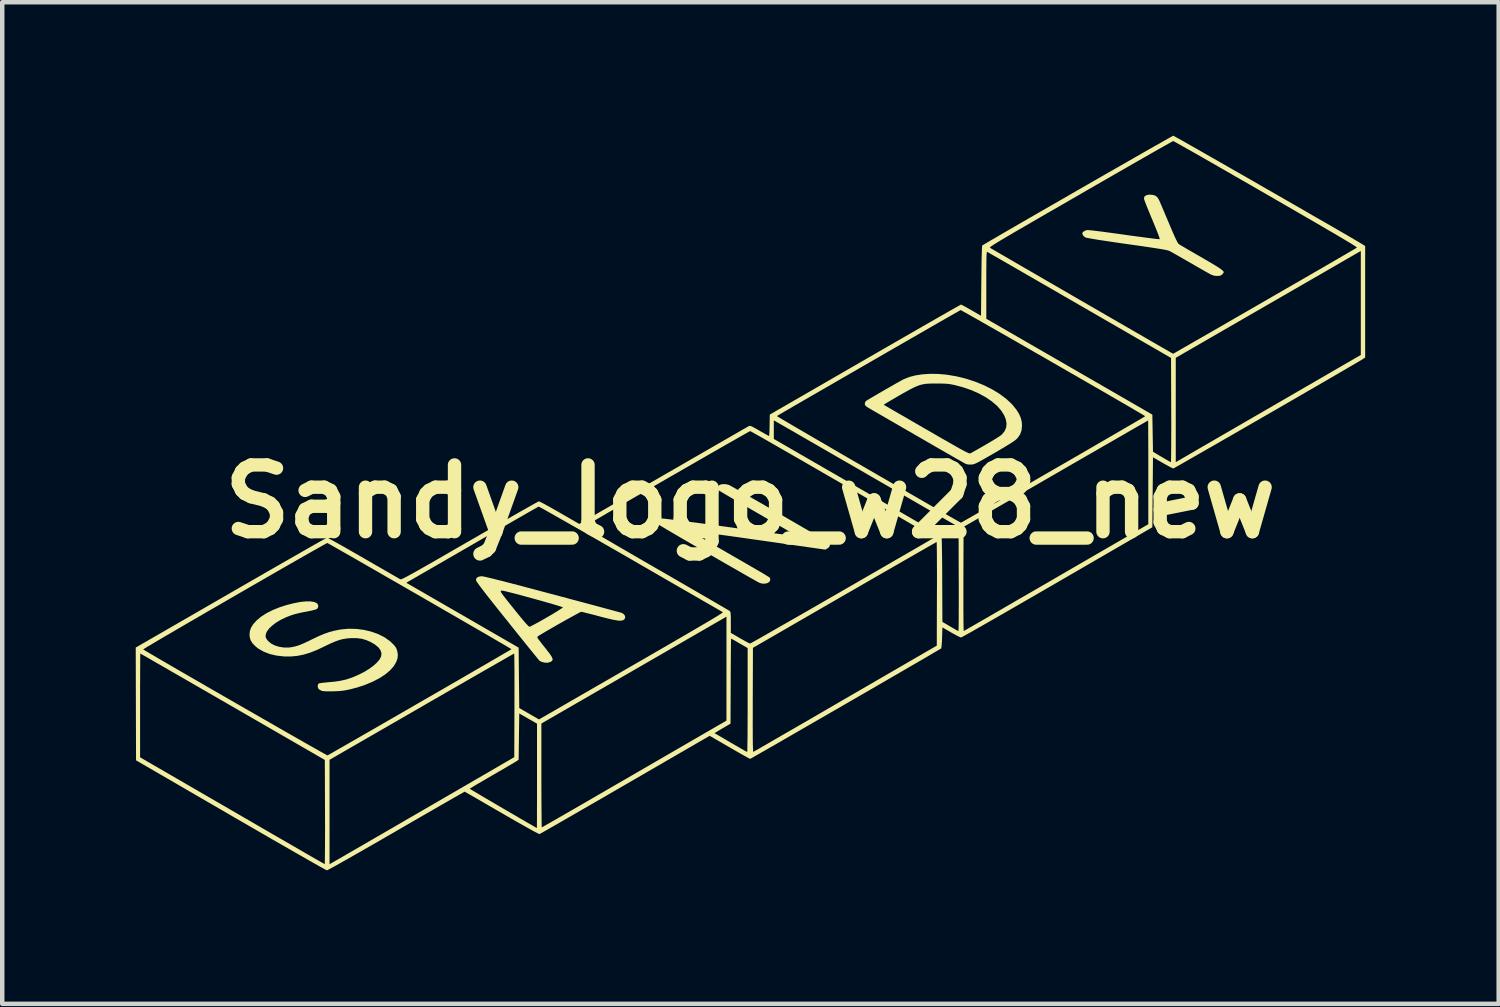
<source format=kicad_pcb>
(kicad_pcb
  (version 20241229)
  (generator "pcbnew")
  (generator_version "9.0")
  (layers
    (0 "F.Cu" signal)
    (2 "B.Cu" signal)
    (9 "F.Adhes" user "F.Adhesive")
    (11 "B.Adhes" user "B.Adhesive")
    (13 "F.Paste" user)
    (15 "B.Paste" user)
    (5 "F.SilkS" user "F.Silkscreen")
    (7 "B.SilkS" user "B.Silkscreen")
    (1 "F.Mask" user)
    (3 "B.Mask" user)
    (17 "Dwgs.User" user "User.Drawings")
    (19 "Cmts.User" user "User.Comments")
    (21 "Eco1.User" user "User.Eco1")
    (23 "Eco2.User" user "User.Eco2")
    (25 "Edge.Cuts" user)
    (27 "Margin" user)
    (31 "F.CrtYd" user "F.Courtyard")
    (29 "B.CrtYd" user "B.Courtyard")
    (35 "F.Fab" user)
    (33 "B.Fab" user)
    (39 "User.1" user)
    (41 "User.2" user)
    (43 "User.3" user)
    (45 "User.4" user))
  (footprint "Sandy_logo_w28_new"
    (layer "F.Cu")
    (at 13.806 8.219)
    (property "Reference" "Sandy_logo_w28_new" (at 0 0 0) (layer "F.SilkS") (effects (font (size 1.5 1.5) (thickness 0.3))))
    (attr board_only exclude_from_pos_files exclude_from_bom)
    (fp_poly (pts (xy 9.062 -6.887) (xy 9.118 -6.865) (xy 9.16 -6.824) (xy 9.188 -6.774) (xy 9.202 -6.744) (xy 9.225 -6.691) (xy 9.255 -6.62) (xy 9.292 -6.533) (xy 9.333 -6.436) (xy 9.378 -6.33) (xy 9.41 -6.254) (xy 9.465 -6.125) (xy 9.51 -6.02) (xy 9.547 -5.937) (xy 9.577 -5.874) (xy 9.6 -5.829) (xy 9.618 -5.8) (xy 9.632 -5.785) (xy 9.633 -5.784) (xy 9.653 -5.771) (xy 9.694 -5.746) (xy 9.754 -5.711) (xy 9.829 -5.667) (xy 9.917 -5.616) (xy 10.014 -5.56) (xy 10.118 -5.5) (xy 10.124 -5.497) (xy 10.254 -5.421) (xy 10.362 -5.358) (xy 10.449 -5.306) (xy 10.517 -5.263) (xy 10.568 -5.229) (xy 10.604 -5.201) (xy 10.627 -5.18) (xy 10.639 -5.163) (xy 10.642 -5.151) (xy 10.633 -5.133) (xy 10.61 -5.106) (xy 10.607 -5.103) (xy 10.582 -5.083) (xy 10.551 -5.072) (xy 10.506 -5.069) (xy 10.492 -5.069) (xy 10.443 -5.072) (xy 10.4 -5.082) (xy 10.351 -5.102) (xy 10.313 -5.123) (xy 10.275 -5.144) (xy 10.217 -5.176) (xy 10.144 -5.218) (xy 10.058 -5.267) (xy 9.965 -5.321) (xy 9.868 -5.377) (xy 9.851 -5.387) (xy 9.756 -5.441) (xy 9.666 -5.493) (xy 9.585 -5.539) (xy 9.516 -5.578) (xy 9.464 -5.607) (xy 9.431 -5.625) (xy 9.426 -5.628) (xy 9.409 -5.635) (xy 9.383 -5.643) (xy 9.346 -5.651) (xy 9.297 -5.661) (xy 9.233 -5.672) (xy 9.153 -5.685) (xy 9.055 -5.7) (xy 8.936 -5.718) (xy 8.795 -5.739) (xy 8.63 -5.762) (xy 8.474 -5.784) (xy 8.264 -5.814) (xy 8.081 -5.841) (xy 7.923 -5.865) (xy 7.791 -5.885) (xy 7.686 -5.903) (xy 7.607 -5.917) (xy 7.556 -5.927) (xy 7.533 -5.934) (xy 7.492 -5.965) (xy 7.471 -5.998) (xy 7.464 -6.03) (xy 7.476 -6.052) (xy 7.489 -6.064) (xy 7.526 -6.085) (xy 7.568 -6.099) (xy 7.592 -6.099) (xy 7.643 -6.095) (xy 7.718 -6.087) (xy 7.816 -6.075) (xy 7.935 -6.06) (xy 8.075 -6.041) (xy 8.232 -6.02) (xy 8.404 -5.996) (xy 8.549 -5.975) (xy 8.686 -5.957) (xy 8.813 -5.94) (xy 8.926 -5.925) (xy 9.023 -5.913) (xy 9.102 -5.903) (xy 9.16 -5.897) (xy 9.195 -5.895) (xy 9.204 -5.895) (xy 9.202 -5.91) (xy 9.19 -5.948) (xy 9.169 -6.005) (xy 9.14 -6.079) (xy 9.105 -6.166) (xy 9.065 -6.264) (xy 9.033 -6.341) (xy 8.989 -6.446) (xy 8.949 -6.543) (xy 8.914 -6.63) (xy 8.885 -6.704) (xy 8.864 -6.761) (xy 8.852 -6.797) (xy 8.849 -6.809) (xy 8.861 -6.852) (xy 8.897 -6.88) (xy 8.955 -6.894) (xy 8.987 -6.895)) (stroke (width 0) (type solid)) (fill yes) (layer "F.SilkS"))
    (fp_poly (pts (xy -9.804 2.256) (xy -9.743 2.281) (xy -9.728 2.293) (xy -9.706 2.329) (xy -9.706 2.37) (xy -9.726 2.407) (xy -9.737 2.416) (xy -9.763 2.427) (xy -9.811 2.44) (xy -9.873 2.455) (xy -9.943 2.469) (xy -9.952 2.471) (xy -10.07 2.493) (xy -10.167 2.515) (xy -10.251 2.537) (xy -10.329 2.563) (xy -10.407 2.593) (xy -10.433 2.604) (xy -10.548 2.659) (xy -10.652 2.721) (xy -10.74 2.788) (xy -10.81 2.855) (xy -10.859 2.921) (xy -10.88 2.971) (xy -10.889 3.02) (xy -10.882 3.062) (xy -10.857 3.104) (xy -10.833 3.133) (xy -10.766 3.19) (xy -10.679 3.235) (xy -10.579 3.266) (xy -10.47 3.282) (xy -10.36 3.281) (xy -10.327 3.277) (xy -10.266 3.266) (xy -10.21 3.253) (xy -10.154 3.236) (xy -10.091 3.212) (xy -10.018 3.181) (xy -9.931 3.14) (xy -9.825 3.088) (xy -9.691 3.024) (xy -9.572 2.974) (xy -9.461 2.935) (xy -9.352 2.906) (xy -9.236 2.882) (xy -9.192 2.875) (xy -9.022 2.859) (xy -8.849 2.863) (xy -8.678 2.885) (xy -8.513 2.924) (xy -8.359 2.979) (xy -8.22 3.049) (xy -8.1 3.133) (xy -8.052 3.176) (xy -8.003 3.226) (xy -7.971 3.265) (xy -7.95 3.302) (xy -7.934 3.345) (xy -7.932 3.352) (xy -7.916 3.439) (xy -7.923 3.521) (xy -7.952 3.605) (xy -8.009 3.702) (xy -8.093 3.796) (xy -8.2 3.886) (xy -8.329 3.97) (xy -8.478 4.047) (xy -8.644 4.117) (xy -8.826 4.178) (xy -8.998 4.223) (xy -9.082 4.24) (xy -9.159 4.252) (xy -9.239 4.26) (xy -9.333 4.264) (xy -9.374 4.266) (xy -9.469 4.266) (xy -9.546 4.265) (xy -9.6 4.26) (xy -9.627 4.255) (xy -9.68 4.227) (xy -9.709 4.193) (xy -9.718 4.15) (xy -9.709 4.107) (xy -9.691 4.089) (xy -9.668 4.083) (xy -9.622 4.076) (xy -9.561 4.069) (xy -9.49 4.062) (xy -9.474 4.061) (xy -9.327 4.047) (xy -9.199 4.027) (xy -9.083 4.001) (xy -8.97 3.965) (xy -8.853 3.917) (xy -8.782 3.885) (xy -8.661 3.823) (xy -8.553 3.755) (xy -8.458 3.685) (xy -8.382 3.615) (xy -8.325 3.547) (xy -8.293 3.484) (xy -8.29 3.475) (xy -8.285 3.406) (xy -8.308 3.338) (xy -8.358 3.273) (xy -8.435 3.211) (xy -8.528 3.157) (xy -8.63 3.113) (xy -8.729 3.084) (xy -8.835 3.071) (xy -8.957 3.07) (xy -8.968 3.07) (xy -9.058 3.077) (xy -9.143 3.09) (xy -9.227 3.111) (xy -9.317 3.143) (xy -9.419 3.186) (xy -9.537 3.242) (xy -9.564 3.255) (xy -9.734 3.336) (xy -9.889 3.397) (xy -10.035 3.441) (xy -10.176 3.469) (xy -10.318 3.482) (xy -10.466 3.482) (xy -10.467 3.482) (xy -10.634 3.464) (xy -10.789 3.429) (xy -10.929 3.375) (xy -11.051 3.306) (xy -11.116 3.254) (xy -11.182 3.186) (xy -11.224 3.119) (xy -11.245 3.046) (xy -11.249 2.989) (xy -11.241 2.91) (xy -11.215 2.836) (xy -11.17 2.762) (xy -11.101 2.684) (xy -11.091 2.673) (xy -10.992 2.59) (xy -10.869 2.511) (xy -10.725 2.438) (xy -10.563 2.373) (xy -10.406 2.324) (xy -10.252 2.285) (xy -10.113 2.258) (xy -9.99 2.245) (xy -9.887 2.244)) (stroke (width 0) (type solid)) (fill yes) (layer "F.SilkS"))
    (fp_poly (pts (xy -0.507 -0.381) (xy -0.465 -0.367) (xy -0.444 -0.355) (xy -0.401 -0.331) (xy -0.339 -0.296) (xy -0.258 -0.25) (xy -0.163 -0.196) (xy -0.054 -0.133) (xy 0.066 -0.064) (xy 0.196 0.01) (xy 0.332 0.088) (xy 0.472 0.17) (xy 0.616 0.252) (xy 0.76 0.335) (xy 0.902 0.417) (xy 1.04 0.497) (xy 1.172 0.574) (xy 1.296 0.645) (xy 1.41 0.711) (xy 1.511 0.77) (xy 1.598 0.821) (xy 1.667 0.862) (xy 1.718 0.892) (xy 1.748 0.91) (xy 1.755 0.914) (xy 1.786 0.949) (xy 1.792 0.988) (xy 1.773 1.027) (xy 1.736 1.055) (xy 1.687 1.081) (xy 0.201 0.869) (xy -0.000198 0.841) (xy -0.194 0.813) (xy -0.379 0.787) (xy -0.552 0.763) (xy -0.712 0.741) (xy -0.858 0.72) (xy -0.987 0.702) (xy -1.097 0.687) (xy -1.188 0.675) (xy -1.256 0.666) (xy -1.299 0.66) (xy -1.318 0.658) (xy -1.318 0.658) (xy -1.338 0.662) (xy -1.337 0.671) (xy -1.322 0.68) (xy -1.286 0.702) (xy -1.229 0.735) (xy -1.155 0.779) (xy -1.064 0.832) (xy -0.959 0.893) (xy -0.842 0.961) (xy -0.715 1.035) (xy -0.58 1.113) (xy -0.518 1.149) (xy -0.343 1.25) (xy -0.19 1.338) (xy -0.059 1.414) (xy 0.053 1.478) (xy 0.147 1.533) (xy 0.225 1.578) (xy 0.288 1.615) (xy 0.337 1.645) (xy 0.376 1.669) (xy 0.404 1.687) (xy 0.424 1.7) (xy 0.437 1.71) (xy 0.444 1.718) (xy 0.448 1.724) (xy 0.45 1.729) (xy 0.451 1.733) (xy 0.45 1.775) (xy 0.427 1.81) (xy 0.386 1.834) (xy 0.332 1.846) (xy 0.271 1.845) (xy 0.219 1.831) (xy 0.2 1.822) (xy 0.158 1.8) (xy 0.097 1.766) (xy 0.018 1.721) (xy -0.076 1.668) (xy -0.184 1.606) (xy -0.303 1.538) (xy -0.432 1.464) (xy -0.568 1.386) (xy -0.709 1.305) (xy -0.853 1.222) (xy -0.998 1.139) (xy -1.141 1.056) (xy -1.281 0.975) (xy -1.416 0.897) (xy -1.543 0.823) (xy -1.66 0.754) (xy -1.765 0.693) (xy -1.857 0.639) (xy -1.932 0.594) (xy -1.99 0.56) (xy -2.027 0.537) (xy -2.041 0.528) (xy -2.067 0.49) (xy -2.069 0.451) (xy -2.048 0.417) (xy -2.006 0.392) (xy -1.973 0.384) (xy -1.952 0.384) (xy -1.907 0.389) (xy -1.837 0.397) (xy -1.745 0.408) (xy -1.632 0.422) (xy -1.502 0.439) (xy -1.355 0.458) (xy -1.193 0.479) (xy -1.019 0.502) (xy -0.833 0.527) (xy -0.639 0.554) (xy -0.449 0.58) (xy -0.249 0.607) (xy -0.057 0.633) (xy 0.126 0.658) (xy 0.297 0.681) (xy 0.455 0.703) (xy 0.597 0.722) (xy 0.723 0.738) (xy 0.83 0.752) (xy 0.916 0.763) (xy 0.98 0.771) (xy 1.02 0.776) (xy 1.034 0.777) (xy 1.034 0.764) (xy 1.022 0.756) (xy 0.986 0.735) (xy 0.931 0.703) (xy 0.857 0.66) (xy 0.767 0.607) (xy 0.662 0.547) (xy 0.544 0.479) (xy 0.416 0.405) (xy 0.28 0.326) (xy 0.175 0.265) (xy 0.032 0.183) (xy -0.103 0.104) (xy -0.23 0.031) (xy -0.346 -0.037) (xy -0.45 -0.098) (xy -0.538 -0.15) (xy -0.61 -0.192) (xy -0.663 -0.224) (xy -0.695 -0.243) (xy -0.704 -0.25) (xy -0.724 -0.283) (xy -0.724 -0.324) (xy -0.705 -0.359) (xy -0.686 -0.374) (xy -0.635 -0.388) (xy -0.571 -0.391)) (stroke (width 0) (type solid)) (fill yes) (layer "F.SilkS"))
    (fp_poly (pts (xy -6.003 1.683) (xy -5.958 1.692) (xy -5.89 1.708) (xy -5.8 1.729) (xy -5.687 1.758) (xy -5.55 1.792) (xy -5.389 1.834) (xy -5.203 1.882) (xy -4.992 1.938) (xy -4.755 2.001) (xy -4.492 2.071) (xy -4.437 2.085) (xy -4.236 2.139) (xy -4.042 2.191) (xy -3.857 2.24) (xy -3.683 2.287) (xy -3.521 2.33) (xy -3.373 2.37) (xy -3.241 2.406) (xy -3.127 2.437) (xy -3.033 2.462) (xy -2.96 2.482) (xy -2.909 2.496) (xy -2.884 2.504) (xy -2.882 2.505) (xy -2.839 2.532) (xy -2.813 2.568) (xy -2.808 2.608) (xy -2.822 2.643) (xy -2.846 2.662) (xy -2.873 2.673) (xy -2.907 2.678) (xy -2.952 2.677) (xy -3.009 2.669) (xy -3.083 2.656) (xy -3.176 2.634) (xy -3.29 2.606) (xy -3.394 2.579) (xy -3.493 2.552) (xy -3.584 2.529) (xy -3.664 2.509) (xy -3.728 2.493) (xy -3.773 2.482) (xy -3.795 2.478) (xy -3.796 2.478) (xy -3.813 2.485) (xy -3.85 2.504) (xy -3.906 2.534) (xy -3.975 2.572) (xy -4.057 2.617) (xy -4.146 2.666) (xy -4.24 2.719) (xy -4.335 2.773) (xy -4.429 2.827) (xy -4.518 2.878) (xy -4.598 2.925) (xy -4.667 2.966) (xy -4.722 2.999) (xy -4.759 3.022) (xy -4.774 3.033) (xy -4.782 3.046) (xy -4.778 3.064) (xy -4.76 3.093) (xy -4.735 3.125) (xy -4.704 3.165) (xy -4.661 3.22) (xy -4.611 3.283) (xy -4.561 3.347) (xy -4.558 3.351) (xy -4.501 3.425) (xy -4.463 3.482) (xy -4.443 3.524) (xy -4.438 3.556) (xy -4.45 3.579) (xy -4.475 3.598) (xy -4.486 3.604) (xy -4.547 3.623) (xy -4.614 3.621) (xy -4.663 3.61) (xy -4.701 3.596) (xy -4.73 3.581) (xy -4.732 3.58) (xy -4.743 3.567) (xy -4.771 3.533) (xy -4.814 3.481) (xy -4.87 3.412) (xy -4.938 3.328) (xy -5.017 3.231) (xy -5.105 3.121) (xy -5.201 3.002) (xy -5.304 2.874) (xy -5.412 2.739) (xy -5.456 2.683) (xy -5.59 2.517) (xy -5.706 2.371) (xy -5.807 2.244) (xy -5.893 2.135) (xy -5.965 2.043) (xy -5.983 2.018) (xy -5.605 2.018) (xy -5.599 2.034) (xy -5.585 2.059) (xy -5.561 2.093) (xy -5.526 2.139) (xy -5.48 2.199) (xy -5.421 2.273) (xy -5.347 2.365) (xy -5.259 2.474) (xy -5.156 2.601) (xy -5.088 2.683) (xy -5.033 2.746) (xy -4.991 2.79) (xy -4.965 2.812) (xy -4.957 2.814) (xy -4.939 2.808) (xy -4.899 2.788) (xy -4.842 2.758) (xy -4.771 2.72) (xy -4.689 2.674) (xy -4.598 2.622) (xy -4.569 2.605) (xy -4.478 2.552) (xy -4.396 2.503) (xy -4.324 2.459) (xy -4.268 2.423) (xy -4.228 2.396) (xy -4.209 2.381) (xy -4.208 2.379) (xy -4.221 2.372) (xy -4.258 2.36) (xy -4.316 2.341) (xy -4.391 2.319) (xy -4.481 2.292) (xy -4.583 2.263) (xy -4.693 2.232) (xy -4.808 2.2) (xy -4.926 2.168) (xy -5.042 2.136) (xy -5.155 2.105) (xy -5.26 2.077) (xy -5.355 2.053) (xy -5.437 2.032) (xy -5.502 2.016) (xy -5.547 2.006) (xy -5.569 2.003) (xy -5.584 2.003) (xy -5.596 2.004) (xy -5.604 2.009) (xy -5.605 2.018) (xy -5.983 2.018) (xy -6.024 1.966) (xy -6.071 1.903) (xy -6.107 1.854) (xy -6.133 1.816) (xy -6.15 1.789) (xy -6.159 1.771) (xy -6.161 1.763) (xy -6.149 1.722) (xy -6.113 1.694) (xy -6.054 1.681) (xy -6.027 1.68)) (stroke (width 0) (type solid)) (fill yes) (layer "F.SilkS"))
    (fp_poly (pts (xy 4.229 -2.866) (xy 4.415 -2.85) (xy 4.42 -2.849) (xy 4.639 -2.812) (xy 4.854 -2.759) (xy 5.061 -2.691) (xy 5.257 -2.611) (xy 5.44 -2.519) (xy 5.607 -2.417) (xy 5.755 -2.306) (xy 5.881 -2.189) (xy 5.98 -2.068) (xy 6.041 -1.971) (xy 6.081 -1.881) (xy 6.103 -1.791) (xy 6.109 -1.707) (xy 6.099 -1.599) (xy 6.065 -1.505) (xy 6.006 -1.422) (xy 5.965 -1.384) (xy 5.937 -1.363) (xy 5.888 -1.33) (xy 5.821 -1.288) (xy 5.74 -1.238) (xy 5.648 -1.183) (xy 5.549 -1.124) (xy 5.473 -1.08) (xy 5.359 -1.015) (xy 5.267 -0.962) (xy 5.194 -0.921) (xy 5.136 -0.889) (xy 5.091 -0.866) (xy 5.056 -0.85) (xy 5.028 -0.84) (xy 5.004 -0.834) (xy 4.982 -0.831) (xy 4.964 -0.83) (xy 4.904 -0.831) (xy 4.857 -0.841) (xy 4.824 -0.856) (xy 4.799 -0.87) (xy 4.753 -0.896) (xy 4.687 -0.934) (xy 4.604 -0.981) (xy 4.506 -1.038) (xy 4.395 -1.101) (xy 4.273 -1.171) (xy 4.143 -1.246) (xy 4.006 -1.325) (xy 3.865 -1.407) (xy 3.722 -1.489) (xy 3.579 -1.572) (xy 3.438 -1.653) (xy 3.302 -1.732) (xy 3.172 -1.807) (xy 3.051 -1.877) (xy 2.941 -1.941) (xy 2.844 -1.997) (xy 2.762 -2.044) (xy 2.698 -2.082) (xy 2.653 -2.108) (xy 2.63 -2.122) (xy 2.629 -2.123) (xy 2.593 -2.151) (xy 2.581 -2.173) (xy 3.003 -2.173) (xy 3.015 -2.166) (xy 3.051 -2.145) (xy 3.106 -2.113) (xy 3.181 -2.069) (xy 3.272 -2.016) (xy 3.378 -1.955) (xy 3.498 -1.886) (xy 3.629 -1.81) (xy 3.769 -1.729) (xy 3.917 -1.643) (xy 3.963 -1.617) (xy 4.138 -1.516) (xy 4.29 -1.428) (xy 4.422 -1.353) (xy 4.534 -1.289) (xy 4.628 -1.235) (xy 4.706 -1.191) (xy 4.77 -1.156) (xy 4.821 -1.129) (xy 4.86 -1.109) (xy 4.891 -1.095) (xy 4.913 -1.086) (xy 4.929 -1.081) (xy 4.941 -1.08) (xy 4.95 -1.082) (xy 4.955 -1.084) (xy 4.977 -1.097) (xy 5.02 -1.121) (xy 5.079 -1.154) (xy 5.151 -1.195) (xy 5.233 -1.242) (xy 5.3 -1.281) (xy 5.387 -1.332) (xy 5.468 -1.38) (xy 5.54 -1.425) (xy 5.598 -1.462) (xy 5.638 -1.49) (xy 5.655 -1.503) (xy 5.717 -1.579) (xy 5.753 -1.662) (xy 5.762 -1.752) (xy 5.744 -1.849) (xy 5.71 -1.934) (xy 5.641 -2.044) (xy 5.547 -2.151) (xy 5.429 -2.251) (xy 5.291 -2.345) (xy 5.135 -2.43) (xy 4.963 -2.505) (xy 4.777 -2.569) (xy 4.581 -2.62) (xy 4.574 -2.621) (xy 4.513 -2.633) (xy 4.454 -2.642) (xy 4.391 -2.647) (xy 4.317 -2.65) (xy 4.225 -2.651) (xy 4.18 -2.651) (xy 4.087 -2.651) (xy 4.008 -2.648) (xy 3.938 -2.643) (xy 3.874 -2.632) (xy 3.812 -2.616) (xy 3.747 -2.592) (xy 3.675 -2.56) (xy 3.593 -2.518) (xy 3.496 -2.465) (xy 3.38 -2.399) (xy 3.347 -2.38) (xy 3.258 -2.328) (xy 3.178 -2.281) (xy 3.109 -2.241) (xy 3.055 -2.208) (xy 3.019 -2.185) (xy 3.003 -2.174) (xy 3.003 -2.173) (xy 2.581 -2.173) (xy 2.578 -2.179) (xy 2.576 -2.196) (xy 2.585 -2.233) (xy 2.601 -2.257) (xy 2.619 -2.269) (xy 2.658 -2.293) (xy 2.714 -2.326) (xy 2.784 -2.367) (xy 2.864 -2.414) (xy 2.951 -2.465) (xy 3.041 -2.517) (xy 3.131 -2.568) (xy 3.217 -2.617) (xy 3.295 -2.662) (xy 3.363 -2.7) (xy 3.416 -2.729) (xy 3.451 -2.748) (xy 3.452 -2.748) (xy 3.573 -2.797) (xy 3.716 -2.834) (xy 3.875 -2.858) (xy 4.048 -2.869)) (stroke (width 0) (type solid)) (fill yes) (layer "F.SilkS"))
    (fp_poly (pts (xy 9.523 -8.212) (xy 9.559 -8.192) (xy 9.617 -8.16) (xy 9.695 -8.117) (xy 9.791 -8.062) (xy 9.903 -7.998) (xy 10.031 -7.926) (xy 10.173 -7.845) (xy 10.327 -7.757) (xy 10.491 -7.663) (xy 10.665 -7.564) (xy 10.846 -7.46) (xy 11.034 -7.353) (xy 11.226 -7.243) (xy 11.421 -7.131) (xy 11.618 -7.017) (xy 11.816 -6.904) (xy 12.012 -6.791) (xy 12.205 -6.68) (xy 12.394 -6.572) (xy 12.576 -6.466) (xy 12.752 -6.365) (xy 12.919 -6.269) (xy 13.075 -6.179) (xy 13.22 -6.095) (xy 13.351 -6.019) (xy 13.467 -5.952) (xy 13.567 -5.893) (xy 13.649 -5.845) (xy 13.711 -5.808) (xy 13.753 -5.783) (xy 13.768 -5.774) (xy 13.82 -5.741) (xy 13.82 -4.488) (xy 13.82 -3.235) (xy 13.768 -3.201) (xy 13.742 -3.185) (xy 13.695 -3.157) (xy 13.627 -3.117) (xy 13.54 -3.066) (xy 13.436 -3.005) (xy 13.316 -2.935) (xy 13.181 -2.856) (xy 13.034 -2.771) (xy 12.874 -2.678) (xy 12.705 -2.58) (xy 12.528 -2.478) (xy 12.344 -2.371) (xy 12.154 -2.261) (xy 11.96 -2.149) (xy 11.764 -2.036) (xy 11.567 -1.922) (xy 11.37 -1.808) (xy 11.175 -1.696) (xy 10.984 -1.586) (xy 10.799 -1.479) (xy 10.619 -1.376) (xy 10.448 -1.277) (xy 10.286 -1.185) (xy 10.135 -1.098) (xy 9.997 -1.019) (xy 9.873 -0.948) (xy 9.765 -0.886) (xy 9.674 -0.834) (xy 9.601 -0.793) (xy 9.548 -0.763) (xy 9.517 -0.746) (xy 9.509 -0.742) (xy 9.49 -0.749) (xy 9.451 -0.768) (xy 9.397 -0.797) (xy 9.332 -0.833) (xy 9.269 -0.868) (xy 9.052 -0.994) (xy 9.045 -0.207) (xy 9.038 0.579) (xy 6.903 1.817) (xy 6.677 1.948) (xy 6.458 2.075) (xy 6.246 2.197) (xy 6.042 2.315) (xy 5.849 2.426) (xy 5.667 2.531) (xy 5.498 2.628) (xy 5.342 2.717) (xy 5.202 2.797) (xy 5.077 2.868) (xy 4.971 2.929) (xy 4.882 2.978) (xy 4.814 3.016) (xy 4.767 3.042) (xy 4.743 3.054) (xy 4.74 3.055) (xy 4.719 3.049) (xy 4.678 3.03) (xy 4.623 3.002) (xy 4.558 2.966) (xy 4.516 2.942) (xy 4.32 2.829) (xy 4.313 3.059) (xy 4.31 3.137) (xy 4.305 3.205) (xy 4.3 3.259) (xy 4.295 3.293) (xy 4.292 3.302) (xy 4.277 3.311) (xy 4.24 3.333) (xy 4.182 3.367) (xy 4.104 3.413) (xy 4.008 3.469) (xy 3.896 3.535) (xy 3.768 3.609) (xy 3.626 3.691) (xy 3.472 3.781) (xy 3.308 3.876) (xy 3.134 3.977) (xy 2.953 4.082) (xy 2.765 4.191) (xy 2.573 4.302) (xy 2.377 4.415) (xy 2.18 4.529) (xy 1.982 4.644) (xy 1.785 4.757) (xy 1.592 4.869) (xy 1.402 4.978) (xy 1.219 5.084) (xy 1.042 5.186) (xy 0.874 5.283) (xy 0.717 5.374) (xy 0.571 5.458) (xy 0.438 5.534) (xy 0.32 5.602) (xy 0.218 5.66) (xy 0.134 5.708) (xy 0.069 5.745) (xy 0.025 5.77) (xy 0.002 5.782) (xy 0.000031 5.783) (xy -0.015 5.776) (xy -0.052 5.757) (xy -0.107 5.726) (xy -0.178 5.687) (xy -0.262 5.639) (xy -0.357 5.585) (xy -0.458 5.526) (xy -0.462 5.524) (xy -0.909 5.265) (xy -2.81 6.366) (xy -3.023 6.489) (xy -3.229 6.609) (xy -3.428 6.724) (xy -3.618 6.833) (xy -3.797 6.937) (xy -3.965 7.034) (xy -4.12 7.123) (xy -4.26 7.204) (xy -4.385 7.276) (xy -4.493 7.337) (xy -4.582 7.389) (xy -4.652 7.428) (xy -4.702 7.456) (xy -4.729 7.471) (xy -4.733 7.473) (xy -4.75 7.467) (xy -4.788 7.448) (xy -4.848 7.417) (xy -4.926 7.374) (xy -5.022 7.321) (xy -5.133 7.258) (xy -5.259 7.187) (xy -5.396 7.108) (xy -5.544 7.023) (xy -5.581 7.001) (xy -5.721 6.921) (xy -5.853 6.844) (xy -5.975 6.773) (xy -6.087 6.708) (xy -6.186 6.651) (xy -6.269 6.603) (xy -6.336 6.565) (xy -6.383 6.538) (xy -6.409 6.523) (xy -6.414 6.52) (xy -6.427 6.527) (xy -6.462 6.547) (xy -6.519 6.579) (xy -6.596 6.623) (xy -6.691 6.677) (xy -6.803 6.742) (xy -6.931 6.815) (xy -7.073 6.897) (xy -7.227 6.986) (xy -7.393 7.081) (xy -7.568 7.182) (xy -7.751 7.288) (xy -7.941 7.398) (xy -7.95 7.404) (xy -8.159 7.524) (xy -8.357 7.639) (xy -8.544 7.746) (xy -8.718 7.846) (xy -8.878 7.937) (xy -9.023 8.02) (xy -9.151 8.092) (xy -9.262 8.155) (xy -9.354 8.206) (xy -9.426 8.245) (xy -9.477 8.272) (xy -9.505 8.286) (xy -9.511 8.288) (xy -9.526 8.281) (xy -9.564 8.26) (xy -9.624 8.227) (xy -9.705 8.182) (xy -9.761 8.15) (xy -9.451 8.15) (xy -9.413 8.129) (xy -9.397 8.12) (xy -9.358 8.097) (xy -9.297 8.062) (xy -9.216 8.016) (xy -9.116 7.958) (xy -8.998 7.889) (xy -8.863 7.811) (xy -8.713 7.725) (xy -8.55 7.63) (xy -8.373 7.527) (xy -8.185 7.419) (xy -7.987 7.304) (xy -7.781 7.184) (xy -7.566 7.06) (xy -7.346 6.932) (xy -7.337 6.927) (xy -6.523 6.455) (xy -6.301 6.455) (xy -6.289 6.462) (xy -6.256 6.483) (xy -6.203 6.514) (xy -6.134 6.555) (xy -6.05 6.605) (xy -5.955 6.661) (xy -5.851 6.722) (xy -5.74 6.787) (xy -5.625 6.855) (xy -5.508 6.923) (xy -5.391 6.991) (xy -5.279 7.056) (xy -5.172 7.119) (xy -5.073 7.176) (xy -4.986 7.227) (xy -4.911 7.269) (xy -4.853 7.303) (xy -4.813 7.326) (xy -4.793 7.336) (xy -4.792 7.337) (xy -4.792 7.323) (xy -4.791 7.283) (xy -4.791 7.22) (xy -4.79 7.135) (xy -4.79 7.03) (xy -4.79 6.907) (xy -4.789 6.768) (xy -4.789 6.616) (xy -4.789 6.452) (xy -4.789 6.278) (xy -4.789 6.164) (xy -4.789 6.156) (xy -4.691 6.156) (xy -4.691 6.334) (xy -4.69 6.504) (xy -4.69 6.663) (xy -4.689 6.81) (xy -4.688 6.943) (xy -4.687 7.059) (xy -4.686 7.157) (xy -4.685 7.234) (xy -4.684 7.288) (xy -4.682 7.318) (xy -4.682 7.323) (xy -4.669 7.316) (xy -4.633 7.296) (xy -4.575 7.263) (xy -4.497 7.218) (xy -4.4 7.163) (xy -4.284 7.096) (xy -4.152 7.02) (xy -4.005 6.935) (xy -3.843 6.842) (xy -3.668 6.741) (xy -3.482 6.633) (xy -3.285 6.519) (xy -3.079 6.399) (xy -2.864 6.275) (xy -2.643 6.147) (xy -2.602 6.123) (xy -1.016 5.204) (xy -0.801 5.204) (xy -0.439 5.416) (xy -0.348 5.469) (xy -0.264 5.517) (xy -0.192 5.559) (xy -0.133 5.593) (xy -0.091 5.616) (xy -0.069 5.627) (xy -0.067 5.628) (xy -0.065 5.615) (xy -0.063 5.575) (xy -0.062 5.512) (xy -0.061 5.426) (xy -0.059 5.321) (xy -0.058 5.199) (xy -0.058 5.06) (xy -0.057 5.028) (xy 0.058 5.028) (xy 0.059 5.168) (xy 0.059 5.286) (xy 0.06 5.384) (xy 0.061 5.463) (xy 0.063 5.524) (xy 0.065 5.57) (xy 0.067 5.601) (xy 0.069 5.618) (xy 0.073 5.625) (xy 0.073 5.625) (xy 0.087 5.617) (xy 0.124 5.596) (xy 0.183 5.563) (xy 0.261 5.517) (xy 0.36 5.461) (xy 0.476 5.393) (xy 0.608 5.317) (xy 0.756 5.231) (xy 0.919 5.137) (xy 1.094 5.036) (xy 1.281 4.928) (xy 1.478 4.814) (xy 1.684 4.694) (xy 1.898 4.57) (xy 2.118 4.442) (xy 2.142 4.428) (xy 4.194 3.239) (xy 4.197 2.075) (xy 4.198 1.897) (xy 4.198 1.727) (xy 4.198 1.568) (xy 4.197 1.421) (xy 4.197 1.289) (xy 4.196 1.173) (xy 4.195 1.075) (xy 4.194 0.999) (xy 4.193 0.945) (xy 4.191 0.915) (xy 4.19 0.91) (xy 4.177 0.917) (xy 4.141 0.938) (xy 4.083 0.97) (xy 4.005 1.015) (xy 3.908 1.071) (xy 3.792 1.137) (xy 3.66 1.213) (xy 3.512 1.298) (xy 3.35 1.391) (xy 3.175 1.492) (xy 2.989 1.599) (xy 2.792 1.712) (xy 2.586 1.831) (xy 2.372 1.955) (xy 2.151 2.082) (xy 2.121 2.099) (xy 0.063 3.288) (xy 0.059 4.46) (xy 0.059 4.675) (xy 0.059 4.864) (xy 0.058 5.028) (xy -0.057 5.028) (xy -0.057 4.908) (xy -0.056 4.744) (xy -0.056 4.571) (xy -0.056 4.461) (xy -0.056 3.293) (xy -0.239 3.187) (xy -0.303 3.15) (xy -0.358 3.118) (xy -0.4 3.095) (xy -0.424 3.082) (xy -0.428 3.08) (xy -0.429 3.094) (xy -0.43 3.133) (xy -0.431 3.196) (xy -0.432 3.28) (xy -0.433 3.383) (xy -0.434 3.503) (xy -0.435 3.637) (xy -0.436 3.783) (xy -0.437 3.939) (xy -0.437 4.036) (xy -0.441 4.992) (xy -0.553 5.058) (xy -0.613 5.093) (xy -0.673 5.128) (xy -0.722 5.157) (xy -0.733 5.164) (xy -0.801 5.204) (xy -1.016 5.204) (xy -0.532 4.924) (xy -0.532 3.756) (xy -0.532 2.588) (xy -0.578 2.614) (xy -0.595 2.624) (xy -0.634 2.647) (xy -0.696 2.683) (xy -0.778 2.73) (xy -0.879 2.788) (xy -0.998 2.857) (xy -1.133 2.935) (xy -1.284 3.022) (xy -1.448 3.117) (xy -1.625 3.219) (xy -1.814 3.328) (xy -2.012 3.443) (xy -2.219 3.562) (xy -2.434 3.686) (xy -2.655 3.814) (xy -2.657 3.815) (xy -4.691 4.989) (xy -4.691 6.156) (xy -4.789 6.156) (xy -4.789 4.992) (xy -4.989 4.877) (xy -5.188 4.763) (xy -5.195 5.283) (xy -5.202 5.803) (xy -5.246 5.833) (xy -5.268 5.846) (xy -5.311 5.872) (xy -5.372 5.908) (xy -5.45 5.954) (xy -5.54 6.007) (xy -5.641 6.065) (xy -5.749 6.128) (xy -5.796 6.155) (xy -5.904 6.218) (xy -6.004 6.276) (xy -6.094 6.329) (xy -6.171 6.374) (xy -6.232 6.411) (xy -6.275 6.437) (xy -6.298 6.452) (xy -6.301 6.455) (xy -6.523 6.455) (xy -5.3 5.745) (xy -5.296 4.581) (xy -5.296 4.403) (xy -5.296 4.233) (xy -5.296 4.074) (xy -5.296 3.927) (xy -5.296 3.795) (xy -5.297 3.679) (xy -5.298 3.582) (xy -5.299 3.505) (xy -5.3 3.451) (xy -5.301 3.421) (xy -5.302 3.417) (xy -5.315 3.423) (xy -5.351 3.444) (xy -5.409 3.476) (xy -5.487 3.521) (xy -5.584 3.577) (xy -5.7 3.643) (xy -5.832 3.719) (xy -5.98 3.803) (xy -6.142 3.896) (xy -6.317 3.997) (xy -6.503 4.104) (xy -6.701 4.218) (xy -6.907 4.337) (xy -7.122 4.46) (xy -7.343 4.588) (xy -7.381 4.61) (xy -9.451 5.804) (xy -9.451 6.977) (xy -9.451 8.15) (xy -9.761 8.15) (xy -9.804 8.126) (xy -9.922 8.059) (xy -10.056 7.982) (xy -10.206 7.897) (xy -10.37 7.802) (xy -10.547 7.701) (xy -10.736 7.592) (xy -10.935 7.477) (xy -11.144 7.356) (xy -11.36 7.231) (xy -11.584 7.102) (xy -11.671 7.051) (xy -13.799 5.816) (xy -13.803 4.549) (xy -13.803 4.474) (xy -13.708 4.474) (xy -13.708 4.582) (xy -13.708 5.748) (xy -11.639 6.947) (xy -11.417 7.076) (xy -11.201 7.201) (xy -10.994 7.321) (xy -10.795 7.437) (xy -10.606 7.546) (xy -10.429 7.648) (xy -10.265 7.743) (xy -10.115 7.83) (xy -9.98 7.908) (xy -9.862 7.976) (xy -9.761 8.034) (xy -9.679 8.081) (xy -9.618 8.116) (xy -9.578 8.138) (xy -9.561 8.148) (xy -9.56 8.148) (xy -9.558 8.135) (xy -9.557 8.095) (xy -9.556 8.032) (xy -9.555 7.947) (xy -9.554 7.842) (xy -9.553 7.719) (xy -9.553 7.58) (xy -9.552 7.428) (xy -9.552 7.264) (xy -9.553 7.091) (xy -9.553 6.978) (xy -9.557 5.807) (xy -11.627 4.612) (xy -11.849 4.484) (xy -12.065 4.359) (xy -12.273 4.239) (xy -12.471 4.125) (xy -12.66 4.016) (xy -12.837 3.914) (xy -13.001 3.82) (xy -13.151 3.733) (xy -13.285 3.656) (xy -13.404 3.588) (xy -13.504 3.53) (xy -13.585 3.483) (xy -13.646 3.449) (xy -13.686 3.426) (xy -13.702 3.417) (xy -13.703 3.417) (xy -13.704 3.43) (xy -13.704 3.47) (xy -13.705 3.533) (xy -13.706 3.619) (xy -13.706 3.724) (xy -13.707 3.847) (xy -13.707 3.985) (xy -13.708 4.137) (xy -13.708 4.301) (xy -13.708 4.474) (xy -13.803 4.474) (xy -13.806 3.324) (xy -13.638 3.324) (xy -13.623 3.333) (xy -13.586 3.356) (xy -13.528 3.39) (xy -13.45 3.436) (xy -13.354 3.492) (xy -13.242 3.558) (xy -13.114 3.632) (xy -12.973 3.714) (xy -12.82 3.803) (xy -12.657 3.897) (xy -12.484 3.997) (xy -12.304 4.101) (xy -12.119 4.208) (xy -11.929 4.317) (xy -11.736 4.428) (xy -11.541 4.54) (xy -11.347 4.652) (xy -11.155 4.762) (xy -10.966 4.871) (xy -10.782 4.976) (xy -10.604 5.078) (xy -10.434 5.176) (xy -10.273 5.268) (xy -10.123 5.353) (xy -9.985 5.432) (xy -9.862 5.502) (xy -9.753 5.563) (xy -9.662 5.615) (xy -9.589 5.656) (xy -9.536 5.685) (xy -9.505 5.702) (xy -9.497 5.705) (xy -9.483 5.698) (xy -9.446 5.677) (xy -9.387 5.644) (xy -9.308 5.598) (xy -9.21 5.542) (xy -9.094 5.476) (xy -8.961 5.399) (xy -8.812 5.314) (xy -8.65 5.22) (xy -8.474 5.12) (xy -8.287 5.012) (xy -8.09 4.898) (xy -7.883 4.779) (xy -7.669 4.655) (xy -7.448 4.528) (xy -7.421 4.512) (xy -7.2 4.385) (xy -6.985 4.261) (xy -6.778 4.141) (xy -6.58 4.027) (xy -6.392 3.918) (xy -6.217 3.816) (xy -6.054 3.722) (xy -5.905 3.636) (xy -5.772 3.558) (xy -5.655 3.49) (xy -5.556 3.432) (xy -5.476 3.386) (xy -5.416 3.351) (xy -5.379 3.328) (xy -5.363 3.319) (xy -5.363 3.319) (xy -5.375 3.311) (xy -5.41 3.29) (xy -5.466 3.257) (xy -5.541 3.212) (xy -5.635 3.158) (xy -5.746 3.093) (xy -5.871 3.02) (xy -6.011 2.939) (xy -6.162 2.852) (xy -6.324 2.758) (xy -6.495 2.659) (xy -6.674 2.555) (xy -6.859 2.449) (xy -7.048 2.339) (xy -7.241 2.228) (xy -7.435 2.116) (xy -7.628 2.005) (xy -7.821 1.894) (xy -7.938 1.826) (xy -7.727 1.826) (xy -7.55 1.928) (xy -7.511 1.951) (xy -7.45 1.986) (xy -7.369 2.032) (xy -7.27 2.09) (xy -7.155 2.156) (xy -7.026 2.23) (xy -6.886 2.311) (xy -6.737 2.397) (xy -6.58 2.488) (xy -6.417 2.581) (xy -6.287 2.657) (xy -5.202 3.284) (xy -5.195 3.962) (xy -5.188 4.641) (xy -4.966 4.769) (xy -4.744 4.897) (xy -4.51 4.762) (xy -4.471 4.74) (xy -4.409 4.704) (xy -4.326 4.656) (xy -4.224 4.597) (xy -4.103 4.527) (xy -3.966 4.448) (xy -3.814 4.36) (xy -3.648 4.265) (xy -3.471 4.162) (xy -3.283 4.054) (xy -3.086 3.941) (xy -2.883 3.823) (xy -2.673 3.702) (xy -2.46 3.579) (xy -2.433 3.564) (xy -2.176 3.415) (xy -1.941 3.279) (xy -1.729 3.156) (xy -1.539 3.046) (xy -1.369 2.947) (xy -1.22 2.86) (xy -1.089 2.783) (xy -0.976 2.717) (xy -0.88 2.66) (xy -0.801 2.612) (xy -0.736 2.573) (xy -0.687 2.542) (xy -0.65 2.518) (xy -0.627 2.501) (xy -0.615 2.491) (xy -0.614 2.487) (xy -0.628 2.478) (xy -0.666 2.457) (xy -0.725 2.423) (xy -0.804 2.377) (xy -0.903 2.32) (xy -1.02 2.253) (xy -1.153 2.176) (xy -1.302 2.09) (xy -1.465 1.996) (xy -1.641 1.895) (xy -1.828 1.787) (xy -2.025 1.673) (xy -2.232 1.553) (xy -2.446 1.43) (xy -2.667 1.302) (xy -2.685 1.292) (xy -2.906 1.164) (xy -3.121 1.041) (xy -3.328 0.922) (xy -3.526 0.808) (xy -3.714 0.7) (xy -3.89 0.599) (xy -3.972 0.553) (xy -3.708 0.553) (xy -3.706 0.558) (xy -3.694 0.569) (xy -3.671 0.585) (xy -3.635 0.609) (xy -3.587 0.639) (xy -3.525 0.677) (xy -3.447 0.724) (xy -3.353 0.78) (xy -3.242 0.845) (xy -3.113 0.92) (xy -2.965 1.007) (xy -2.797 1.104) (xy -2.608 1.214) (xy -2.397 1.336) (xy -2.162 1.472) (xy -2.105 1.505) (xy -1.908 1.618) (xy -1.717 1.728) (xy -1.535 1.834) (xy -1.362 1.934) (xy -1.2 2.028) (xy -1.05 2.115) (xy -0.913 2.194) (xy -0.792 2.265) (xy -0.687 2.326) (xy -0.6 2.377) (xy -0.533 2.416) (xy -0.486 2.444) (xy -0.462 2.459) (xy -0.459 2.461) (xy -0.449 2.472) (xy -0.443 2.489) (xy -0.438 2.517) (xy -0.436 2.56) (xy -0.434 2.621) (xy -0.434 2.706) (xy -0.434 2.717) (xy -0.434 2.952) (xy -0.228 3.072) (xy -0.158 3.111) (xy -0.097 3.145) (xy -0.047 3.172) (xy -0.014 3.188) (xy -0.002 3.192) (xy 0.012 3.185) (xy 0.049 3.165) (xy 0.108 3.132) (xy 0.187 3.088) (xy 0.285 3.032) (xy 0.401 2.966) (xy 0.534 2.89) (xy 0.682 2.805) (xy 0.845 2.712) (xy 1.02 2.612) (xy 1.207 2.505) (xy 1.405 2.391) (xy 1.611 2.272) (xy 1.825 2.149) (xy 2.046 2.022) (xy 2.07 2.008) (xy 2.292 1.88) (xy 2.507 1.756) (xy 2.714 1.636) (xy 2.912 1.522) (xy 3.1 1.413) (xy 3.276 1.311) (xy 3.439 1.217) (xy 3.589 1.13) (xy 3.723 1.053) (xy 3.84 0.985) (xy 3.94 0.927) (xy 4.02 0.88) (xy 4.08 0.845) (xy 4.119 0.822) (xy 4.135 0.813) (xy 4.135 0.813) (xy 4.124 0.805) (xy 4.09 0.784) (xy 4.036 0.751) (xy 3.961 0.706) (xy 3.868 0.652) (xy 3.759 0.587) (xy 3.634 0.514) (xy 3.495 0.433) (xy 3.345 0.345) (xy 3.184 0.251) (xy 3.013 0.152) (xy 2.835 0.048) (xy 2.651 -0.059) (xy 2.462 -0.168) (xy 2.27 -0.28) (xy 2.077 -0.392) (xy 1.883 -0.504) (xy 1.691 -0.615) (xy 1.502 -0.724) (xy 1.317 -0.831) (xy 1.139 -0.934) (xy 0.967 -1.033) (xy 0.805 -1.126) (xy 0.653 -1.213) (xy 0.514 -1.293) (xy 0.388 -1.365) (xy 0.276 -1.429) (xy 0.182 -1.482) (xy 0.105 -1.525) (xy 0.049 -1.557) (xy 0.013 -1.576) (xy -0.00019 -1.582) (xy -0.014 -1.575) (xy -0.05 -1.555) (xy -0.107 -1.523) (xy -0.184 -1.48) (xy -0.278 -1.426) (xy -0.388 -1.363) (xy -0.514 -1.292) (xy -0.652 -1.213) (xy -0.801 -1.127) (xy -0.96 -1.036) (xy -1.127 -0.94) (xy -1.301 -0.84) (xy -1.48 -0.737) (xy -1.662 -0.632) (xy -1.846 -0.527) (xy -2.029 -0.421) (xy -2.212 -0.316) (xy -2.391 -0.212) (xy -2.565 -0.112) (xy -2.733 -0.015) (xy -2.893 0.078) (xy -3.043 0.165) (xy -3.183 0.245) (xy -3.309 0.319) (xy -3.421 0.384) (xy -3.517 0.44) (xy -3.595 0.485) (xy -3.654 0.52) (xy -3.692 0.543) (xy -3.708 0.553) (xy -3.708 0.553) (xy -3.972 0.553) (xy -4.054 0.506) (xy -4.204 0.421) (xy -4.338 0.345) (xy -4.456 0.278) (xy -4.555 0.222) (xy -4.636 0.176) (xy -4.697 0.143) (xy -4.736 0.122) (xy -4.752 0.115) (xy -4.752 0.115) (xy -4.766 0.122) (xy -4.803 0.143) (xy -4.862 0.176) (xy -4.94 0.22) (xy -5.036 0.275) (xy -5.149 0.34) (xy -5.277 0.413) (xy -5.419 0.495) (xy -5.574 0.583) (xy -5.739 0.679) (xy -5.914 0.779) (xy -6.096 0.884) (xy -6.249 0.973) (xy -7.727 1.826) (xy -7.938 1.826) (xy -8.01 1.785) (xy -8.195 1.679) (xy -8.373 1.576) (xy -8.544 1.478) (xy -8.706 1.385) (xy -8.857 1.298) (xy -8.996 1.218) (xy -9.122 1.147) (xy -9.232 1.084) (xy -9.325 1.031) (xy -9.4 0.988) (xy -9.456 0.957) (xy -9.49 0.938) (xy -9.501 0.933) (xy -9.515 0.939) (xy -9.553 0.959) (xy -9.611 0.991) (xy -9.688 1.035) (xy -9.784 1.089) (xy -9.896 1.152) (xy -10.023 1.224) (xy -10.164 1.305) (xy -10.316 1.392) (xy -10.479 1.485) (xy -10.651 1.584) (xy -10.83 1.687) (xy -11.015 1.794) (xy -11.205 1.903) (xy -11.397 2.014) (xy -11.591 2.126) (xy -11.784 2.238) (xy -11.976 2.349) (xy -12.165 2.458) (xy -12.349 2.565) (xy -12.527 2.668) (xy -12.697 2.767) (xy -12.857 2.86) (xy -13.007 2.948) (xy -13.145 3.028) (xy -13.269 3.101) (xy -13.377 3.165) (xy -13.469 3.22) (xy -13.543 3.263) (xy -13.596 3.296) (xy -13.628 3.316) (xy -13.638 3.324) (xy -13.806 3.324) (xy -13.806 3.282) (xy -11.666 2.047) (xy -11.44 1.917) (xy -11.22 1.79) (xy -11.008 1.668) (xy -10.805 1.551) (xy -10.612 1.44) (xy -10.43 1.336) (xy -10.261 1.239) (xy -10.105 1.15) (xy -9.965 1.07) (xy -9.841 0.999) (xy -9.734 0.939) (xy -9.646 0.889) (xy -9.578 0.852) (xy -9.532 0.826) (xy -9.508 0.813) (xy -9.505 0.812) (xy -9.489 0.819) (xy -9.451 0.839) (xy -9.393 0.87) (xy -9.318 0.912) (xy -9.226 0.964) (xy -9.12 1.023) (xy -9.003 1.09) (xy -8.876 1.163) (xy -8.741 1.24) (xy -8.686 1.272) (xy -8.549 1.351) (xy -8.418 1.427) (xy -8.296 1.497) (xy -8.185 1.561) (xy -8.086 1.618) (xy -8.003 1.666) (xy -7.937 1.704) (xy -7.89 1.731) (xy -7.864 1.746) (xy -7.86 1.748) (xy -7.854 1.749) (xy -7.843 1.747) (xy -7.827 1.742) (xy -7.804 1.732) (xy -7.774 1.717) (xy -7.734 1.697) (xy -7.683 1.67) (xy -7.621 1.636) (xy -7.546 1.595) (xy -7.457 1.545) (xy -7.353 1.485) (xy -7.231 1.416) (xy -7.092 1.337) (xy -6.934 1.246) (xy -6.756 1.143) (xy -6.556 1.028) (xy -6.333 0.899) (xy -6.301 0.881) (xy -6.11 0.771) (xy -5.926 0.665) (xy -5.749 0.563) (xy -5.582 0.467) (xy -5.426 0.378) (xy -5.283 0.296) (xy -5.153 0.222) (xy -5.038 0.157) (xy -4.941 0.102) (xy -4.861 0.057) (xy -4.802 0.024) (xy -4.763 0.004) (xy -4.748 -0.004) (xy -4.748 -0.004) (xy -4.73 0.003) (xy -4.692 0.022) (xy -4.635 0.051) (xy -4.562 0.091) (xy -4.477 0.138) (xy -4.382 0.192) (xy -4.282 0.249) (xy -3.84 0.504) (xy -1.959 -0.583) (xy -1.746 -0.705) (xy -1.54 -0.824) (xy -1.342 -0.939) (xy -1.152 -1.048) (xy -0.973 -1.151) (xy -0.805 -1.248) (xy -0.65 -1.337) (xy -0.51 -1.418) (xy -0.385 -1.49) (xy -0.277 -1.552) (xy -0.187 -1.604) (xy -0.117 -1.644) (xy -0.068 -1.672) (xy -0.041 -1.687) (xy -0.037 -1.69) (xy -0.022 -1.697) (xy -0.006 -1.7) (xy 0.013 -1.696) (xy 0.04 -1.685) (xy 0.079 -1.665) (xy 0.134 -1.635) (xy 0.21 -1.591) (xy 0.211 -1.59) (xy 0.28 -1.551) (xy 0.34 -1.517) (xy 0.387 -1.491) (xy 0.417 -1.475) (xy 0.426 -1.47) (xy 0.429 -1.483) (xy 0.431 -1.52) (xy 0.434 -1.576) (xy 0.436 -1.646) (xy 0.437 -1.712) (xy 0.439 -1.823) (xy 0.532 -1.823) (xy 0.532 -1.614) (xy 0.532 -1.406) (xy 2.408 -0.323) (xy 2.62 -0.201) (xy 2.825 -0.082) (xy 3.022 0.032) (xy 3.21 0.141) (xy 3.388 0.244) (xy 3.553 0.34) (xy 3.706 0.428) (xy 3.844 0.509) (xy 3.966 0.58) (xy 4.072 0.642) (xy 4.159 0.693) (xy 4.226 0.732) (xy 4.272 0.76) (xy 4.295 0.775) (xy 4.298 0.777) (xy 4.301 0.795) (xy 4.304 0.84) (xy 4.307 0.912) (xy 4.309 1.01) (xy 4.311 1.133) (xy 4.313 1.282) (xy 4.315 1.454) (xy 4.316 1.65) (xy 4.316 1.749) (xy 4.32 2.705) (xy 4.495 2.808) (xy 4.558 2.845) (xy 4.612 2.876) (xy 4.653 2.899) (xy 4.677 2.911) (xy 4.68 2.912) (xy 4.682 2.898) (xy 4.683 2.859) (xy 4.685 2.795) (xy 4.686 2.71) (xy 4.687 2.605) (xy 4.687 2.482) (xy 4.688 2.344) (xy 4.688 2.191) (xy 4.688 2.125) (xy 4.792 2.125) (xy 4.792 2.294) (xy 4.792 2.446) (xy 4.793 2.579) (xy 4.794 2.691) (xy 4.795 2.782) (xy 4.797 2.85) (xy 4.799 2.893) (xy 4.801 2.91) (xy 4.801 2.91) (xy 4.815 2.903) (xy 4.851 2.882) (xy 4.909 2.849) (xy 4.987 2.803) (xy 5.085 2.747) (xy 5.201 2.68) (xy 5.333 2.604) (xy 5.481 2.518) (xy 5.643 2.425) (xy 5.818 2.323) (xy 6.004 2.215) (xy 6.202 2.101) (xy 6.408 1.982) (xy 6.622 1.858) (xy 6.843 1.73) (xy 6.88 1.708) (xy 8.947 0.511) (xy 8.947 -0.655) (xy 8.947 -0.833) (xy 8.947 -1.002) (xy 8.947 -1.162) (xy 8.946 -1.309) (xy 8.946 -1.441) (xy 8.945 -1.557) (xy 8.945 -1.655) (xy 8.944 -1.732) (xy 8.944 -1.786) (xy 8.943 -1.815) (xy 8.942 -1.82) (xy 8.93 -1.813) (xy 8.894 -1.793) (xy 8.837 -1.76) (xy 8.759 -1.716) (xy 8.662 -1.66) (xy 8.547 -1.594) (xy 8.416 -1.518) (xy 8.268 -1.433) (xy 8.107 -1.34) (xy 7.932 -1.24) (xy 7.746 -1.132) (xy 7.549 -1.019) (xy 7.342 -0.9) (xy 7.128 -0.776) (xy 6.907 -0.648) (xy 6.867 -0.625) (xy 4.796 0.57) (xy 4.792 1.743) (xy 4.792 1.941) (xy 4.792 2.125) (xy 4.688 2.125) (xy 4.688 2.027) (xy 4.688 1.854) (xy 4.687 1.742) (xy 4.684 0.572) (xy 2.695 -0.576) (xy 2.476 -0.703) (xy 2.263 -0.826) (xy 2.056 -0.945) (xy 1.858 -1.059) (xy 1.67 -1.168) (xy 1.493 -1.27) (xy 1.328 -1.365) (xy 1.177 -1.452) (xy 1.041 -1.531) (xy 0.922 -1.6) (xy 0.82 -1.658) (xy 0.737 -1.706) (xy 0.675 -1.741) (xy 0.635 -1.765) (xy 0.62 -1.773) (xy 0.532 -1.823) (xy 0.439 -1.823) (xy 0.441 -1.92) (xy 0.6 -1.92) (xy 0.611 -1.913) (xy 0.645 -1.892) (xy 0.7 -1.859) (xy 0.775 -1.815) (xy 0.868 -1.76) (xy 0.977 -1.696) (xy 1.102 -1.623) (xy 1.241 -1.542) (xy 1.392 -1.454) (xy 1.553 -1.36) (xy 1.724 -1.261) (xy 1.902 -1.157) (xy 2.086 -1.05) (xy 2.275 -0.94) (xy 2.467 -0.829) (xy 2.66 -0.717) (xy 2.854 -0.605) (xy 3.046 -0.494) (xy 3.235 -0.384) (xy 3.42 -0.278) (xy 3.599 -0.174) (xy 3.77 -0.076) (xy 3.932 0.018) (xy 4.084 0.105) (xy 4.223 0.185) (xy 4.35 0.257) (xy 4.461 0.321) (xy 4.555 0.375) (xy 4.631 0.418) (xy 4.688 0.45) (xy 4.724 0.469) (xy 4.736 0.476) (xy 4.749 0.469) (xy 4.786 0.449) (xy 4.843 0.416) (xy 4.922 0.371) (xy 5.019 0.316) (xy 5.135 0.25) (xy 5.267 0.174) (xy 5.415 0.089) (xy 5.577 -0.004) (xy 5.752 -0.105) (xy 5.938 -0.212) (xy 6.135 -0.326) (xy 6.342 -0.444) (xy 6.556 -0.568) (xy 6.777 -0.696) (xy 6.812 -0.716) (xy 7.034 -0.844) (xy 7.249 -0.968) (xy 7.457 -1.088) (xy 7.655 -1.203) (xy 7.843 -1.312) (xy 8.019 -1.414) (xy 8.182 -1.509) (xy 8.332 -1.596) (xy 8.465 -1.674) (xy 8.583 -1.742) (xy 8.682 -1.8) (xy 8.763 -1.847) (xy 8.823 -1.883) (xy 8.861 -1.906) (xy 8.877 -1.916) (xy 8.877 -1.916) (xy 8.865 -1.925) (xy 8.83 -1.946) (xy 8.774 -1.979) (xy 8.698 -2.024) (xy 8.604 -2.079) (xy 8.494 -2.144) (xy 8.368 -2.217) (xy 8.228 -2.298) (xy 8.076 -2.386) (xy 7.914 -2.48) (xy 7.742 -2.579) (xy 7.563 -2.682) (xy 7.378 -2.789) (xy 7.188 -2.898) (xy 6.996 -3.009) (xy 6.801 -3.121) (xy 6.607 -3.233) (xy 6.414 -3.343) (xy 6.225 -3.452) (xy 6.04 -3.558) (xy 5.861 -3.661) (xy 5.689 -3.759) (xy 5.527 -3.851) (xy 5.375 -3.938) (xy 5.236 -4.017) (xy 5.11 -4.089) (xy 5.08 -4.106) (xy 5.307 -4.106) (xy 7.173 -3.029) (xy 9.038 -1.952) (xy 9.045 -1.535) (xy 9.052 -1.118) (xy 9.248 -1.001) (xy 9.315 -0.962) (xy 9.373 -0.928) (xy 9.419 -0.902) (xy 9.447 -0.887) (xy 9.455 -0.883) (xy 9.455 -0.884) (xy 9.564 -0.884) (xy 9.763 -0.999) (xy 9.798 -1.019) (xy 9.856 -1.053) (xy 9.934 -1.099) (xy 10.033 -1.156) (xy 10.15 -1.224) (xy 10.284 -1.301) (xy 10.432 -1.387) (xy 10.595 -1.482) (xy 10.77 -1.583) (xy 10.956 -1.691) (xy 11.151 -1.804) (xy 11.354 -1.921) (xy 11.563 -2.042) (xy 11.777 -2.166) (xy 11.842 -2.204) (xy 13.722 -3.293) (xy 13.722 -4.461) (xy 13.722 -5.629) (xy 13.655 -5.591) (xy 13.635 -5.579) (xy 13.593 -5.555) (xy 13.529 -5.518) (xy 13.445 -5.47) (xy 13.342 -5.41) (xy 13.221 -5.34) (xy 13.084 -5.261) (xy 12.932 -5.173) (xy 12.766 -5.077) (xy 12.587 -4.974) (xy 12.398 -4.865) (xy 12.199 -4.75) (xy 11.991 -4.63) (xy 11.776 -4.506) (xy 11.575 -4.39) (xy 9.564 -3.229) (xy 9.564 -2.056) (xy 9.564 -0.884) (xy 9.455 -0.884) (xy 9.457 -0.897) (xy 9.458 -0.936) (xy 9.459 -1) (xy 9.46 -1.085) (xy 9.461 -1.19) (xy 9.462 -1.313) (xy 9.462 -1.451) (xy 9.463 -1.603) (xy 9.463 -1.767) (xy 9.462 -1.941) (xy 9.462 -2.054) (xy 9.458 -3.226) (xy 7.4 -4.415) (xy 7.178 -4.543) (xy 6.963 -4.667) (xy 6.756 -4.787) (xy 6.557 -4.901) (xy 6.369 -5.01) (xy 6.192 -5.112) (xy 6.028 -5.207) (xy 5.877 -5.293) (xy 5.743 -5.371) (xy 5.624 -5.439) (xy 5.524 -5.497) (xy 5.442 -5.543) (xy 5.381 -5.579) (xy 5.342 -5.601) (xy 5.325 -5.61) (xy 5.324 -5.611) (xy 5.32 -5.607) (xy 5.317 -5.591) (xy 5.314 -5.562) (xy 5.312 -5.517) (xy 5.31 -5.454) (xy 5.309 -5.373) (xy 5.308 -5.27) (xy 5.307 -5.144) (xy 5.307 -4.993) (xy 5.307 -4.862) (xy 5.307 -4.106) (xy 5.08 -4.106) (xy 5 -4.151) (xy 4.906 -4.204) (xy 4.831 -4.246) (xy 4.775 -4.277) (xy 4.741 -4.296) (xy 4.729 -4.301) (xy 4.715 -4.294) (xy 4.679 -4.273) (xy 4.621 -4.24) (xy 4.544 -4.196) (xy 4.449 -4.142) (xy 4.337 -4.078) (xy 4.21 -4.005) (xy 4.069 -3.924) (xy 3.916 -3.836) (xy 3.753 -3.742) (xy 3.581 -3.643) (xy 3.402 -3.54) (xy 3.216 -3.433) (xy 3.026 -3.324) (xy 2.834 -3.213) (xy 2.64 -3.101) (xy 2.446 -2.989) (xy 2.254 -2.878) (xy 2.065 -2.769) (xy 1.881 -2.663) (xy 1.703 -2.56) (xy 1.533 -2.462) (xy 1.372 -2.369) (xy 1.223 -2.283) (xy 1.085 -2.203) (xy 0.962 -2.132) (xy 0.854 -2.069) (xy 0.763 -2.016) (xy 0.691 -1.974) (xy 0.639 -1.943) (xy 0.608 -1.925) (xy 0.6 -1.92) (xy 0.441 -1.92) (xy 0.441 -1.953) (xy 2.582 -3.189) (xy 2.808 -3.319) (xy 3.028 -3.446) (xy 3.24 -3.568) (xy 3.443 -3.685) (xy 3.636 -3.796) (xy 3.817 -3.9) (xy 3.986 -3.997) (xy 4.141 -4.086) (xy 4.281 -4.166) (xy 4.405 -4.237) (xy 4.511 -4.298) (xy 4.598 -4.347) (xy 4.666 -4.385) (xy 4.712 -4.411) (xy 4.735 -4.423) (xy 4.738 -4.425) (xy 4.755 -4.418) (xy 4.792 -4.399) (xy 4.844 -4.371) (xy 4.908 -4.335) (xy 4.971 -4.299) (xy 5.188 -4.174) (xy 5.195 -4.957) (xy 5.197 -5.137) (xy 5.199 -5.296) (xy 5.201 -5.433) (xy 5.204 -5.547) (xy 5.207 -5.637) (xy 5.21 -5.702) (xy 5.21 -5.704) (xy 5.389 -5.704) (xy 5.391 -5.7) (xy 5.393 -5.699) (xy 5.407 -5.69) (xy 5.444 -5.669) (xy 5.502 -5.635) (xy 5.579 -5.59) (xy 5.675 -5.535) (xy 5.787 -5.47) (xy 5.914 -5.396) (xy 6.055 -5.314) (xy 6.207 -5.226) (xy 6.37 -5.132) (xy 6.542 -5.032) (xy 6.721 -4.928) (xy 6.906 -4.821) (xy 7.095 -4.712) (xy 7.287 -4.6) (xy 7.481 -4.488) (xy 7.674 -4.377) (xy 7.865 -4.266) (xy 8.053 -4.157) (xy 8.237 -4.051) (xy 8.414 -3.949) (xy 8.583 -3.851) (xy 8.742 -3.759) (xy 8.891 -3.673) (xy 9.027 -3.594) (xy 9.149 -3.524) (xy 9.256 -3.462) (xy 9.346 -3.411) (xy 9.417 -3.37) (xy 9.468 -3.34) (xy 9.497 -3.324) (xy 9.504 -3.32) (xy 9.516 -3.326) (xy 9.552 -3.346) (xy 9.609 -3.379) (xy 9.686 -3.424) (xy 9.783 -3.479) (xy 9.898 -3.545) (xy 10.03 -3.621) (xy 10.177 -3.705) (xy 10.338 -3.798) (xy 10.512 -3.898) (xy 10.699 -4.006) (xy 10.895 -4.119) (xy 11.101 -4.238) (xy 11.315 -4.361) (xy 11.535 -4.488) (xy 11.562 -4.504) (xy 11.784 -4.632) (xy 11.999 -4.756) (xy 12.207 -4.876) (xy 12.405 -4.99) (xy 12.593 -5.099) (xy 12.77 -5.201) (xy 12.934 -5.296) (xy 13.084 -5.383) (xy 13.219 -5.461) (xy 13.337 -5.53) (xy 13.437 -5.588) (xy 13.518 -5.636) (xy 13.579 -5.671) (xy 13.618 -5.694) (xy 13.634 -5.705) (xy 13.635 -5.705) (xy 13.632 -5.71) (xy 13.617 -5.721) (xy 13.591 -5.74) (xy 13.552 -5.765) (xy 13.499 -5.798) (xy 13.431 -5.839) (xy 13.348 -5.889) (xy 13.248 -5.948) (xy 13.132 -6.017) (xy 12.997 -6.095) (xy 12.844 -6.185) (xy 12.671 -6.286) (xy 12.477 -6.398) (xy 12.263 -6.522) (xy 12.026 -6.659) (xy 11.766 -6.809) (xy 11.59 -6.911) (xy 11.368 -7.039) (xy 11.153 -7.163) (xy 10.945 -7.282) (xy 10.746 -7.397) (xy 10.557 -7.505) (xy 10.38 -7.607) (xy 10.215 -7.701) (xy 10.065 -7.787) (xy 9.929 -7.864) (xy 9.81 -7.931) (xy 9.709 -7.988) (xy 9.627 -8.034) (xy 9.565 -8.069) (xy 9.525 -8.091) (xy 9.508 -8.099) (xy 9.507 -8.099) (xy 9.493 -8.093) (xy 9.455 -8.072) (xy 9.397 -8.039) (xy 9.317 -7.995) (xy 9.218 -7.939) (xy 9.102 -7.873) (xy 8.969 -7.797) (xy 8.82 -7.712) (xy 8.657 -7.619) (xy 8.482 -7.518) (xy 8.294 -7.41) (xy 8.097 -7.297) (xy 7.89 -7.178) (xy 7.675 -7.054) (xy 7.454 -6.927) (xy 7.424 -6.909) (xy 7.162 -6.758) (xy 6.923 -6.62) (xy 6.706 -6.495) (xy 6.51 -6.382) (xy 6.334 -6.28) (xy 6.178 -6.189) (xy 6.039 -6.109) (xy 5.917 -6.038) (xy 5.811 -5.975) (xy 5.72 -5.922) (xy 5.643 -5.876) (xy 5.578 -5.837) (xy 5.525 -5.804) (xy 5.482 -5.777) (xy 5.449 -5.756) (xy 5.424 -5.739) (xy 5.407 -5.726) (xy 5.396 -5.716) (xy 5.391 -5.709) (xy 5.389 -5.704) (xy 5.21 -5.704) (xy 5.213 -5.741) (xy 5.216 -5.753) (xy 5.231 -5.763) (xy 5.269 -5.785) (xy 5.328 -5.82) (xy 5.407 -5.867) (xy 5.504 -5.923) (xy 5.617 -5.989) (xy 5.746 -6.064) (xy 5.888 -6.146) (xy 6.043 -6.236) (xy 6.208 -6.331) (xy 6.383 -6.432) (xy 6.565 -6.537) (xy 6.753 -6.645) (xy 6.946 -6.756) (xy 7.142 -6.869) (xy 7.34 -6.983) (xy 7.538 -7.097) (xy 7.734 -7.209) (xy 7.928 -7.321) (xy 8.118 -7.429) (xy 8.301 -7.534) (xy 8.478 -7.635) (xy 8.645 -7.731) (xy 8.802 -7.821) (xy 8.947 -7.904) (xy 9.079 -7.979) (xy 9.197 -8.045) (xy 9.297 -8.102) (xy 9.38 -8.149) (xy 9.444 -8.185) (xy 9.487 -8.208) (xy 9.507 -8.219) (xy 9.509 -8.219)) (stroke (width 0) (type solid)) (fill yes) (layer "F.SilkS")))
  (gr_rect
    (start -3 -3)
    (end 30.626 19.507)
    (stroke (width 0.1) (type default))
    (fill no)
    (layer "Edge.Cuts")))
</source>
